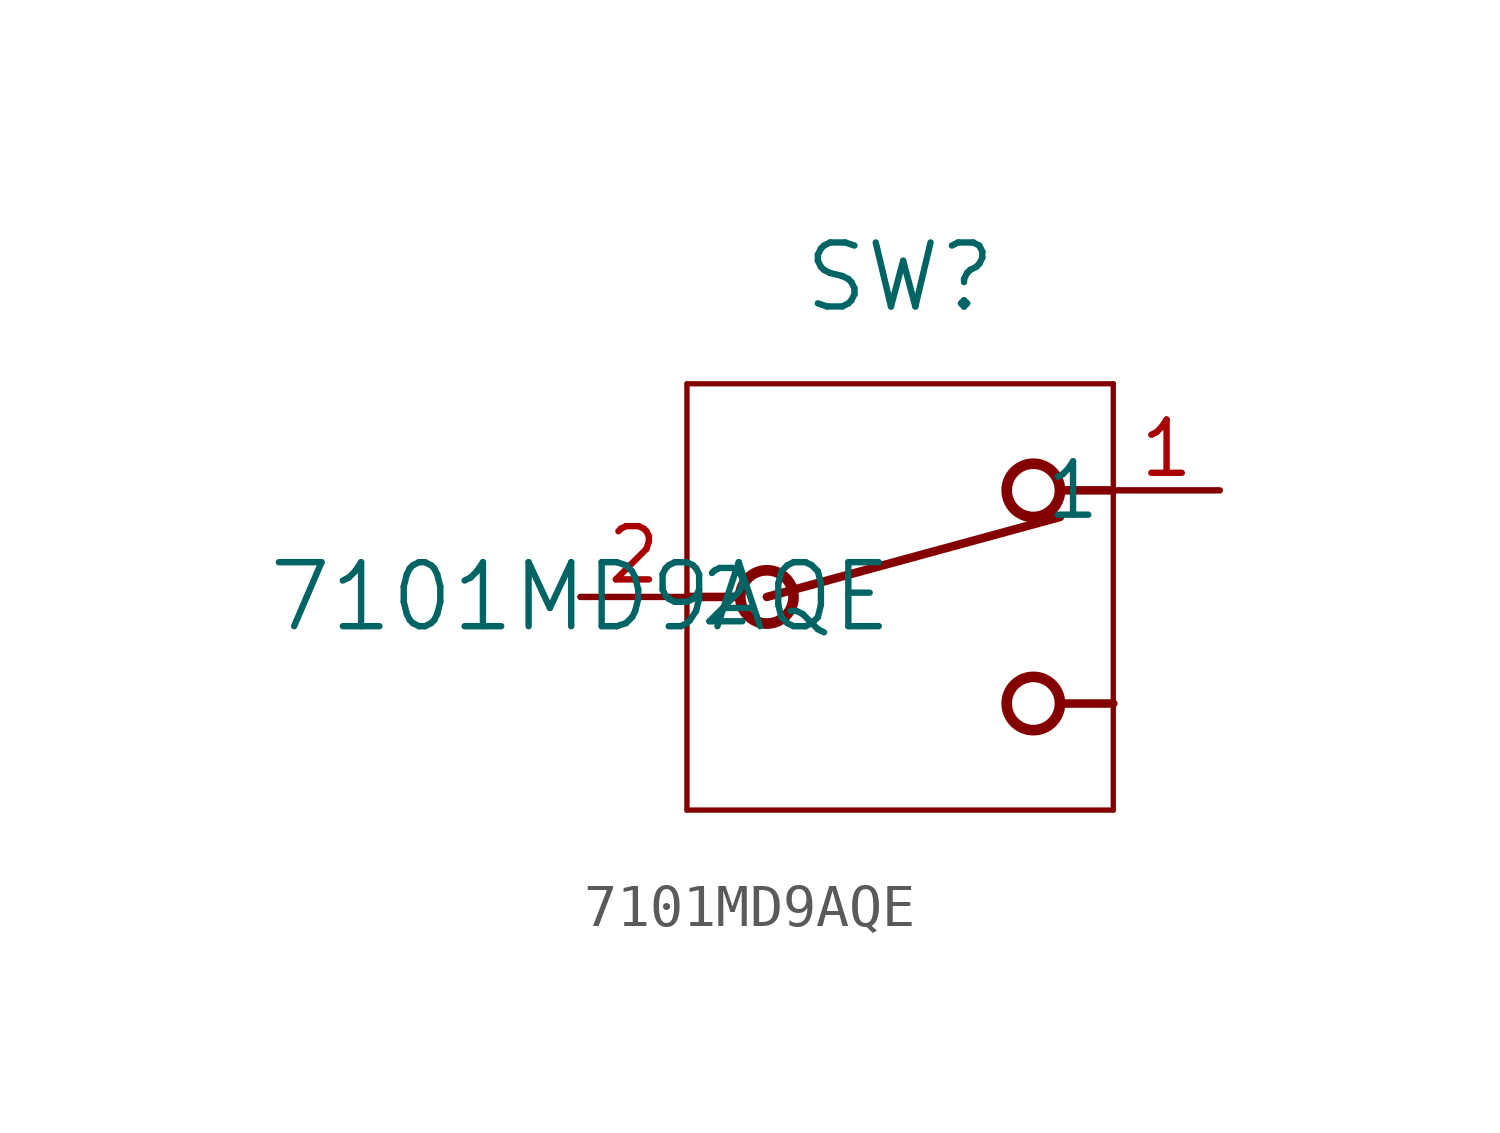
<source format=kicad_sym>
(kicad_symbol_lib
  (version 20211014)
  (generator kicad_symbol_editor)
  (symbol "7101MD9AQE"
    (pin_names
      (offset 0.254))
    (property "Reference" "SW"
      (at 7.62 7.62 0)
      (effects (font (size 1.524 1.524))))
    (property "Value" "7101MD9AQE"
      (at 0 0 0)
      (effects (font (size 1.524 1.524))))
    (symbol "7101MD9AQE_0_1"
      (polyline (pts (xy 2.54 0) (xy 3.81 0)) (stroke (width 0.203) (type default) (color 0 0 0 0)) (fill (type none)))
      (circle (center 10.795 2.54) (radius 0.635) (stroke (width 0.254) (type default) (color 0 0 0 0)) (fill (type none)))
      (circle (center 4.445 0) (radius 0.635) (stroke (width 0.254) (type default) (color 0 0 0 0)) (fill (type none)))
      (polyline (pts (xy 12.7 2.54) (xy 11.43 2.54)) (stroke (width 0.203) (type default) (color 0 0 0 0)) (fill (type none)))
      (polyline (pts (xy 4.445 0) (xy 11.43 1.905)) (stroke (width 0.203) (type default) (color 0 0 0 0)) (fill (type none)))
      (circle (center 10.795 -2.54) (radius 0.635) (stroke (width 0.254) (type default) (color 0 0 0 0)) (fill (type none)))
      (polyline (pts (xy 12.7 -2.54) (xy 11.43 -2.54)) (stroke (width 0.203) (type default) (color 0 0 0 0)) (fill (type none)))
      (polyline (pts (xy 2.54 5.08) (xy 2.54 -5.08)) (stroke (width 0.127) (type default) (color 0 0 0 0)) (fill (type none)))
      (polyline (pts (xy 12.7 5.08) (xy 12.7 -5.08)) (stroke (width 0.127) (type default) (color 0 0 0 0)) (fill (type none)))
      (polyline (pts (xy 12.7 -5.08) (xy 2.54 -5.08)) (stroke (width 0.127) (type default) (color 0 0 0 0)) (fill (type none)))
      (polyline (pts (xy 2.54 5.08) (xy 12.7 5.08)) (stroke (width 0.127) (type default) (color 0 0 0 0)) (fill (type none)))
      (pin unspecified line (at 15.24 2.54 180) (length 2.54) (name "1" (effects (font (size 1.27 1.27)))) (number "1" (effects (font (size 1.27 1.27)))))
      (pin unspecified line (at 0 0 0) (length 2.54) (name "2" (effects (font (size 1.27 1.27)))) (number "2" (effects (font (size 1.27 1.27))))))))
</source>
